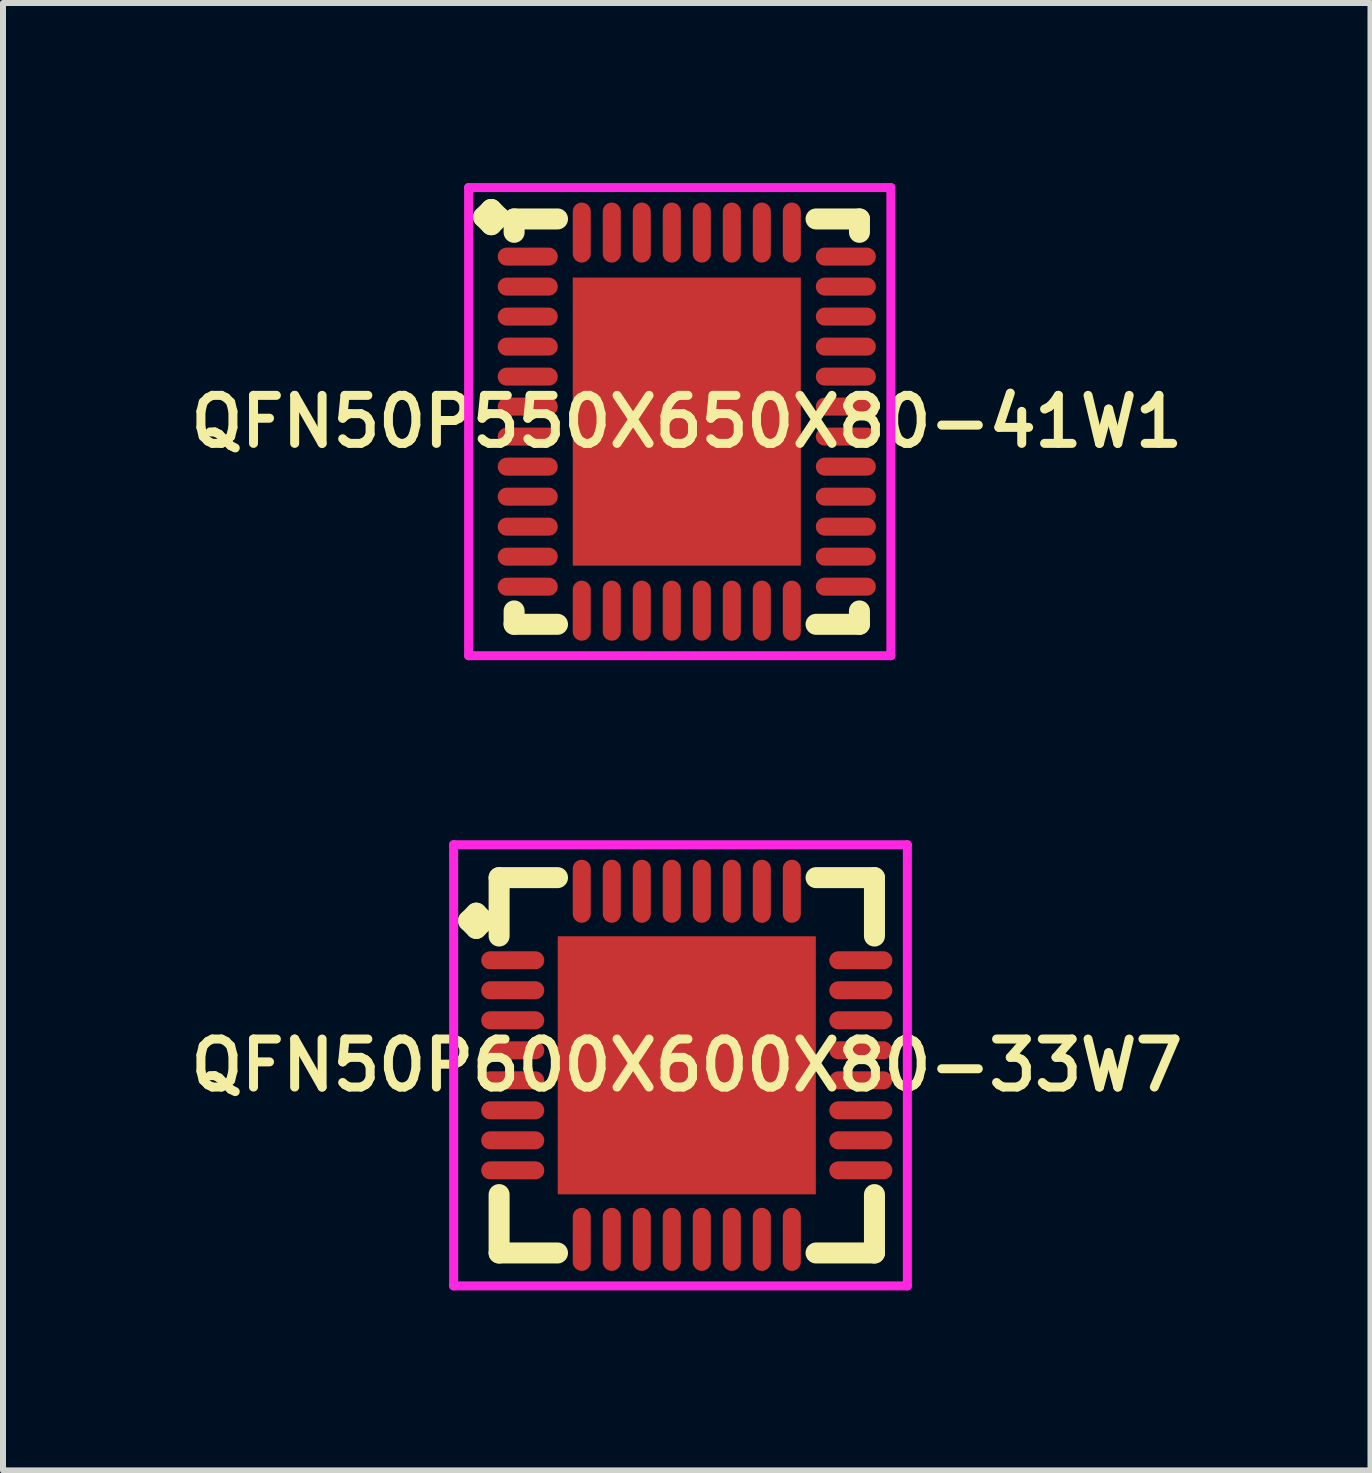
<source format=kicad_pcb>
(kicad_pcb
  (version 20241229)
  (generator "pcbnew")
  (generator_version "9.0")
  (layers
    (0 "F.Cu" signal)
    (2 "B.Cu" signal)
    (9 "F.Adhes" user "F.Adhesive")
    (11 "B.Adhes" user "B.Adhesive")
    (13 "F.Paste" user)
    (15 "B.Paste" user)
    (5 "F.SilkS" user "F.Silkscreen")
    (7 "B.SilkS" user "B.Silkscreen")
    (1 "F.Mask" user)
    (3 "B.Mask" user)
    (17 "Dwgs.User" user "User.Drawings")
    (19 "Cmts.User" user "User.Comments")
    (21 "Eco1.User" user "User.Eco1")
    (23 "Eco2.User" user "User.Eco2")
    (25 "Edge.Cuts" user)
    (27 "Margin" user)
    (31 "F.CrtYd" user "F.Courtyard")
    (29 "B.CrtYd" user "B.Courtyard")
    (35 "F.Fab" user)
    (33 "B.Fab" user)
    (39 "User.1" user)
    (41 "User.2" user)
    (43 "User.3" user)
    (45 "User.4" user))
  (footprint "QFN50P600X600X80-33W7"
    (layer "F.Cu")
    (at 8.393 14.7)
    (property "Reference" "QFN50P600X600X80-33W7" (at 0 0 0) (layer "F.SilkS") (effects (font (size 0.8 0.8) (thickness 0.15))))
    (attr through_hole)
    (fp_line (start -3.635 -2.408) (end -3.508 -2.535) (stroke (width 0.35) (type solid)) (layer "F.SilkS"))
    (fp_line (start -3.508 -2.535) (end -3.381 -2.408) (stroke (width 0.35) (type solid)) (layer "F.SilkS"))
    (fp_line (start -3.508 -2.281) (end -3.635 -2.408) (stroke (width 0.35) (type solid)) (layer "F.SilkS"))
    (fp_line (start -3.381 -2.408) (end -3.508 -2.281) (stroke (width 0.35) (type solid)) (layer "F.SilkS"))
    (fp_line (start -3.127 -3.127) (end -2.154 -3.127) (stroke (width 0.35) (type solid)) (layer "F.SilkS"))
    (fp_line (start -3.127 -2.154) (end -3.127 -3.127) (stroke (width 0.35) (type solid)) (layer "F.SilkS"))
    (fp_line (start -3.127 2.154) (end -3.127 3.127) (stroke (width 0.35) (type solid)) (layer "F.SilkS"))
    (fp_line (start -3.127 3.127) (end -2.154 3.127) (stroke (width 0.35) (type solid)) (layer "F.SilkS"))
    (fp_line (start 2.154 -3.127) (end 3.127 -3.127) (stroke (width 0.35) (type solid)) (layer "F.SilkS"))
    (fp_line (start 2.154 3.127) (end 3.127 3.127) (stroke (width 0.35) (type solid)) (layer "F.SilkS"))
    (fp_line (start 3.127 -3.127) (end 3.127 -2.154) (stroke (width 0.35) (type solid)) (layer "F.SilkS"))
    (fp_line (start 3.127 3.127) (end 3.127 2.154) (stroke (width 0.35) (type solid)) (layer "F.SilkS"))
    (fp_line (start -3.885 -3.675) (end 3.675 -3.675) (stroke (width 0.15) (type solid)) (layer "F.CrtYd"))
    (fp_line (start -3.885 3.675) (end -3.885 -3.675) (stroke (width 0.15) (type solid)) (layer "F.CrtYd"))
    (fp_line (start 3.675 -3.675) (end 3.675 3.675) (stroke (width 0.15) (type solid)) (layer "F.CrtYd"))
    (fp_line (start 3.675 3.675) (end -3.885 3.675) (stroke (width 0.15) (type solid)) (layer "F.CrtYd"))
    (pad "1" smd oval (at -2.9 -1.75) (size 1.05 0.3) (layers "F.Cu" "F.Mask" "F.Paste"))
    (pad "2" smd oval (at -2.9 -1.25) (size 1.05 0.3) (layers "F.Cu" "F.Mask" "F.Paste"))
    (pad "3" smd oval (at -2.9 -0.75) (size 1.05 0.3) (layers "F.Cu" "F.Mask" "F.Paste"))
    (pad "4" smd oval (at -2.9 -0.25) (size 1.05 0.3) (layers "F.Cu" "F.Mask" "F.Paste"))
    (pad "5" smd oval (at -2.9 0.25) (size 1.05 0.3) (layers "F.Cu" "F.Mask" "F.Paste"))
    (pad "6" smd oval (at -2.9 0.75) (size 1.05 0.3) (layers "F.Cu" "F.Mask" "F.Paste"))
    (pad "7" smd oval (at -2.9 1.25) (size 1.05 0.3) (layers "F.Cu" "F.Mask" "F.Paste"))
    (pad "8" smd oval (at -2.9 1.75) (size 1.05 0.3) (layers "F.Cu" "F.Mask" "F.Paste"))
    (pad "9" smd oval (at -1.75 2.9) (size 0.3 1.05) (layers "F.Cu" "F.Mask" "F.Paste"))
    (pad "10" smd oval (at -1.25 2.9) (size 0.3 1.05) (layers "F.Cu" "F.Mask" "F.Paste"))
    (pad "11" smd oval (at -0.75 2.9) (size 0.3 1.05) (layers "F.Cu" "F.Mask" "F.Paste"))
    (pad "12" smd oval (at -0.25 2.9) (size 0.3 1.05) (layers "F.Cu" "F.Mask" "F.Paste"))
    (pad "13" smd oval (at 0.25 2.9) (size 0.3 1.05) (layers "F.Cu" "F.Mask" "F.Paste"))
    (pad "14" smd oval (at 0.75 2.9) (size 0.3 1.05) (layers "F.Cu" "F.Mask" "F.Paste"))
    (pad "15" smd oval (at 1.25 2.9) (size 0.3 1.05) (layers "F.Cu" "F.Mask" "F.Paste"))
    (pad "16" smd oval (at 1.75 2.9) (size 0.3 1.05) (layers "F.Cu" "F.Mask" "F.Paste"))
    (pad "17" smd oval (at 2.9 1.75) (size 1.05 0.3) (layers "F.Cu" "F.Mask" "F.Paste"))
    (pad "18" smd oval (at 2.9 1.25) (size 1.05 0.3) (layers "F.Cu" "F.Mask" "F.Paste"))
    (pad "19" smd oval (at 2.9 0.75) (size 1.05 0.3) (layers "F.Cu" "F.Mask" "F.Paste"))
    (pad "20" smd oval (at 2.9 0.25) (size 1.05 0.3) (layers "F.Cu" "F.Mask" "F.Paste"))
    (pad "21" smd oval (at 2.9 -0.25) (size 1.05 0.3) (layers "F.Cu" "F.Mask" "F.Paste"))
    (pad "22" smd oval (at 2.9 -0.75) (size 1.05 0.3) (layers "F.Cu" "F.Mask" "F.Paste"))
    (pad "23" smd oval (at 2.9 -1.25) (size 1.05 0.3) (layers "F.Cu" "F.Mask" "F.Paste"))
    (pad "24" smd oval (at 2.9 -1.75) (size 1.05 0.3) (layers "F.Cu" "F.Mask" "F.Paste"))
    (pad "25" smd oval (at 1.75 -2.9) (size 0.3 1.05) (layers "F.Cu" "F.Mask" "F.Paste"))
    (pad "26" smd oval (at 1.25 -2.9) (size 0.3 1.05) (layers "F.Cu" "F.Mask" "F.Paste"))
    (pad "27" smd oval (at 0.75 -2.9) (size 0.3 1.05) (layers "F.Cu" "F.Mask" "F.Paste"))
    (pad "28" smd oval (at 0.25 -2.9) (size 0.3 1.05) (layers "F.Cu" "F.Mask" "F.Paste"))
    (pad "29" smd oval (at -0.25 -2.9) (size 0.3 1.05) (layers "F.Cu" "F.Mask" "F.Paste"))
    (pad "30" smd oval (at -0.75 -2.9) (size 0.3 1.05) (layers "F.Cu" "F.Mask" "F.Paste"))
    (pad "31" smd oval (at -1.25 -2.9) (size 0.3 1.05) (layers "F.Cu" "F.Mask" "F.Paste"))
    (pad "32" smd oval (at -1.75 -2.9) (size 0.3 1.05) (layers "F.Cu" "F.Mask" "F.Paste"))
    (pad "33" smd rect (at 0 0) (size 4.3 4.3) (layers "F.Cu" "F.Mask" "F.Paste")))
  (footprint "QFN50P550X650X80-41W1"
    (layer "F.Cu")
    (at 8.393 3.975)
    (property "Reference" "QFN50P550X650X80-41W1" (at 0 0 0) (layer "F.SilkS") (effects (font (size 0.8 0.8) (thickness 0.15))))
    (attr smd)
    (fp_line (start -3.385 -3.408) (end -3.258 -3.535) (stroke (width 0.35) (type solid)) (layer "F.SilkS"))
    (fp_line (start -3.258 -3.535) (end -3.131 -3.408) (stroke (width 0.35) (type solid)) (layer "F.SilkS"))
    (fp_line (start -3.258 -3.281) (end -3.385 -3.408) (stroke (width 0.35) (type solid)) (layer "F.SilkS"))
    (fp_line (start -3.131 -3.408) (end -3.258 -3.281) (stroke (width 0.35) (type solid)) (layer "F.SilkS"))
    (fp_line (start -2.877 -3.377) (end -2.154 -3.377) (stroke (width 0.35) (type solid)) (layer "F.SilkS"))
    (fp_line (start -2.877 -3.154) (end -2.877 -3.377) (stroke (width 0.35) (type solid)) (layer "F.SilkS"))
    (fp_line (start -2.877 3.154) (end -2.877 3.377) (stroke (width 0.35) (type solid)) (layer "F.SilkS"))
    (fp_line (start -2.877 3.377) (end -2.154 3.377) (stroke (width 0.35) (type solid)) (layer "F.SilkS"))
    (fp_line (start 2.154 -3.377) (end 2.877 -3.377) (stroke (width 0.35) (type solid)) (layer "F.SilkS"))
    (fp_line (start 2.154 3.377) (end 2.877 3.377) (stroke (width 0.35) (type solid)) (layer "F.SilkS"))
    (fp_line (start 2.877 -3.377) (end 2.877 -3.154) (stroke (width 0.35) (type solid)) (layer "F.SilkS"))
    (fp_line (start 2.877 3.377) (end 2.877 3.154) (stroke (width 0.35) (type solid)) (layer "F.SilkS"))
    (fp_line (start -3.635 -3.9) (end 3.4 -3.9) (stroke (width 0.15) (type solid)) (layer "F.CrtYd"))
    (fp_line (start -3.635 3.9) (end -3.635 -3.9) (stroke (width 0.15) (type solid)) (layer "F.CrtYd"))
    (fp_line (start 3.4 -3.9) (end 3.4 3.9) (stroke (width 0.15) (type solid)) (layer "F.CrtYd"))
    (fp_line (start 3.4 3.9) (end -3.635 3.9) (stroke (width 0.15) (type solid)) (layer "F.CrtYd"))
    (pad "1" smd oval (at -2.65 -2.75) (size 1 0.3) (layers "F.Cu" "F.Mask" "F.Paste"))
    (pad "2" smd oval (at -2.65 -2.25) (size 1 0.3) (layers "F.Cu" "F.Mask" "F.Paste"))
    (pad "3" smd oval (at -2.65 -1.75) (size 1 0.3) (layers "F.Cu" "F.Mask" "F.Paste"))
    (pad "4" smd oval (at -2.65 -1.25) (size 1 0.3) (layers "F.Cu" "F.Mask" "F.Paste"))
    (pad "5" smd oval (at -2.65 -0.75) (size 1 0.3) (layers "F.Cu" "F.Mask" "F.Paste"))
    (pad "6" smd oval (at -2.65 -0.25) (size 1 0.3) (layers "F.Cu" "F.Mask" "F.Paste"))
    (pad "7" smd oval (at -2.65 0.25) (size 1 0.3) (layers "F.Cu" "F.Mask" "F.Paste"))
    (pad "8" smd oval (at -2.65 0.75) (size 1 0.3) (layers "F.Cu" "F.Mask" "F.Paste"))
    (pad "9" smd oval (at -2.65 1.25) (size 1 0.3) (layers "F.Cu" "F.Mask" "F.Paste"))
    (pad "10" smd oval (at -2.65 1.75) (size 1 0.3) (layers "F.Cu" "F.Mask" "F.Paste"))
    (pad "11" smd oval (at -2.65 2.25) (size 1 0.3) (layers "F.Cu" "F.Mask" "F.Paste"))
    (pad "12" smd oval (at -2.65 2.75) (size 1 0.3) (layers "F.Cu" "F.Mask" "F.Paste"))
    (pad "13" smd oval (at -1.75 3.15) (size 0.3 1) (layers "F.Cu" "F.Mask" "F.Paste"))
    (pad "14" smd oval (at -1.25 3.15) (size 0.3 1) (layers "F.Cu" "F.Mask" "F.Paste"))
    (pad "15" smd oval (at -0.75 3.15) (size 0.3 1) (layers "F.Cu" "F.Mask" "F.Paste"))
    (pad "16" smd oval (at -0.25 3.15) (size 0.3 1) (layers "F.Cu" "F.Mask" "F.Paste"))
    (pad "17" smd oval (at 0.25 3.15) (size 0.3 1) (layers "F.Cu" "F.Mask" "F.Paste"))
    (pad "18" smd oval (at 0.75 3.15) (size 0.3 1) (layers "F.Cu" "F.Mask" "F.Paste"))
    (pad "19" smd oval (at 1.25 3.15) (size 0.3 1) (layers "F.Cu" "F.Mask" "F.Paste"))
    (pad "20" smd oval (at 1.75 3.15) (size 0.3 1) (layers "F.Cu" "F.Mask" "F.Paste"))
    (pad "21" smd oval (at 2.65 2.75) (size 1 0.3) (layers "F.Cu" "F.Mask" "F.Paste"))
    (pad "22" smd oval (at 2.65 2.25) (size 1 0.3) (layers "F.Cu" "F.Mask" "F.Paste"))
    (pad "23" smd oval (at 2.65 1.75) (size 1 0.3) (layers "F.Cu" "F.Mask" "F.Paste"))
    (pad "24" smd oval (at 2.65 1.25) (size 1 0.3) (layers "F.Cu" "F.Mask" "F.Paste"))
    (pad "25" smd oval (at 2.65 0.75) (size 1 0.3) (layers "F.Cu" "F.Mask" "F.Paste"))
    (pad "26" smd oval (at 2.65 0.25) (size 1 0.3) (layers "F.Cu" "F.Mask" "F.Paste"))
    (pad "27" smd oval (at 2.65 -0.25) (size 1 0.3) (layers "F.Cu" "F.Mask" "F.Paste"))
    (pad "28" smd oval (at 2.65 -0.75) (size 1 0.3) (layers "F.Cu" "F.Mask" "F.Paste"))
    (pad "29" smd oval (at 2.65 -1.25) (size 1 0.3) (layers "F.Cu" "F.Mask" "F.Paste"))
    (pad "30" smd oval (at 2.65 -1.75) (size 1 0.3) (layers "F.Cu" "F.Mask" "F.Paste"))
    (pad "31" smd oval (at 2.65 -2.25) (size 1 0.3) (layers "F.Cu" "F.Mask" "F.Paste"))
    (pad "32" smd oval (at 2.65 -2.75) (size 1 0.3) (layers "F.Cu" "F.Mask" "F.Paste"))
    (pad "33" smd oval (at 1.75 -3.15) (size 0.3 1) (layers "F.Cu" "F.Mask" "F.Paste"))
    (pad "34" smd oval (at 1.25 -3.15) (size 0.3 1) (layers "F.Cu" "F.Mask" "F.Paste"))
    (pad "35" smd oval (at 0.75 -3.15) (size 0.3 1) (layers "F.Cu" "F.Mask" "F.Paste"))
    (pad "36" smd oval (at 0.25 -3.15) (size 0.3 1) (layers "F.Cu" "F.Mask" "F.Paste"))
    (pad "37" smd oval (at -0.25 -3.15) (size 0.3 1) (layers "F.Cu" "F.Mask" "F.Paste"))
    (pad "38" smd oval (at -0.75 -3.15) (size 0.3 1) (layers "F.Cu" "F.Mask" "F.Paste"))
    (pad "39" smd oval (at -1.25 -3.15) (size 0.3 1) (layers "F.Cu" "F.Mask" "F.Paste"))
    (pad "40" smd oval (at -1.75 -3.15) (size 0.3 1) (layers "F.Cu" "F.Mask" "F.Paste"))
    (pad "41" smd rect (at 0 0) (size 3.8 4.8) (layers "F.Cu" "F.Mask" "F.Paste")))
  (gr_rect
    (start -3 -3)
    (end 19.785 21.45)
    (stroke (width 0.1) (type default))
    (fill no)
    (layer "Edge.Cuts")))
</source>
